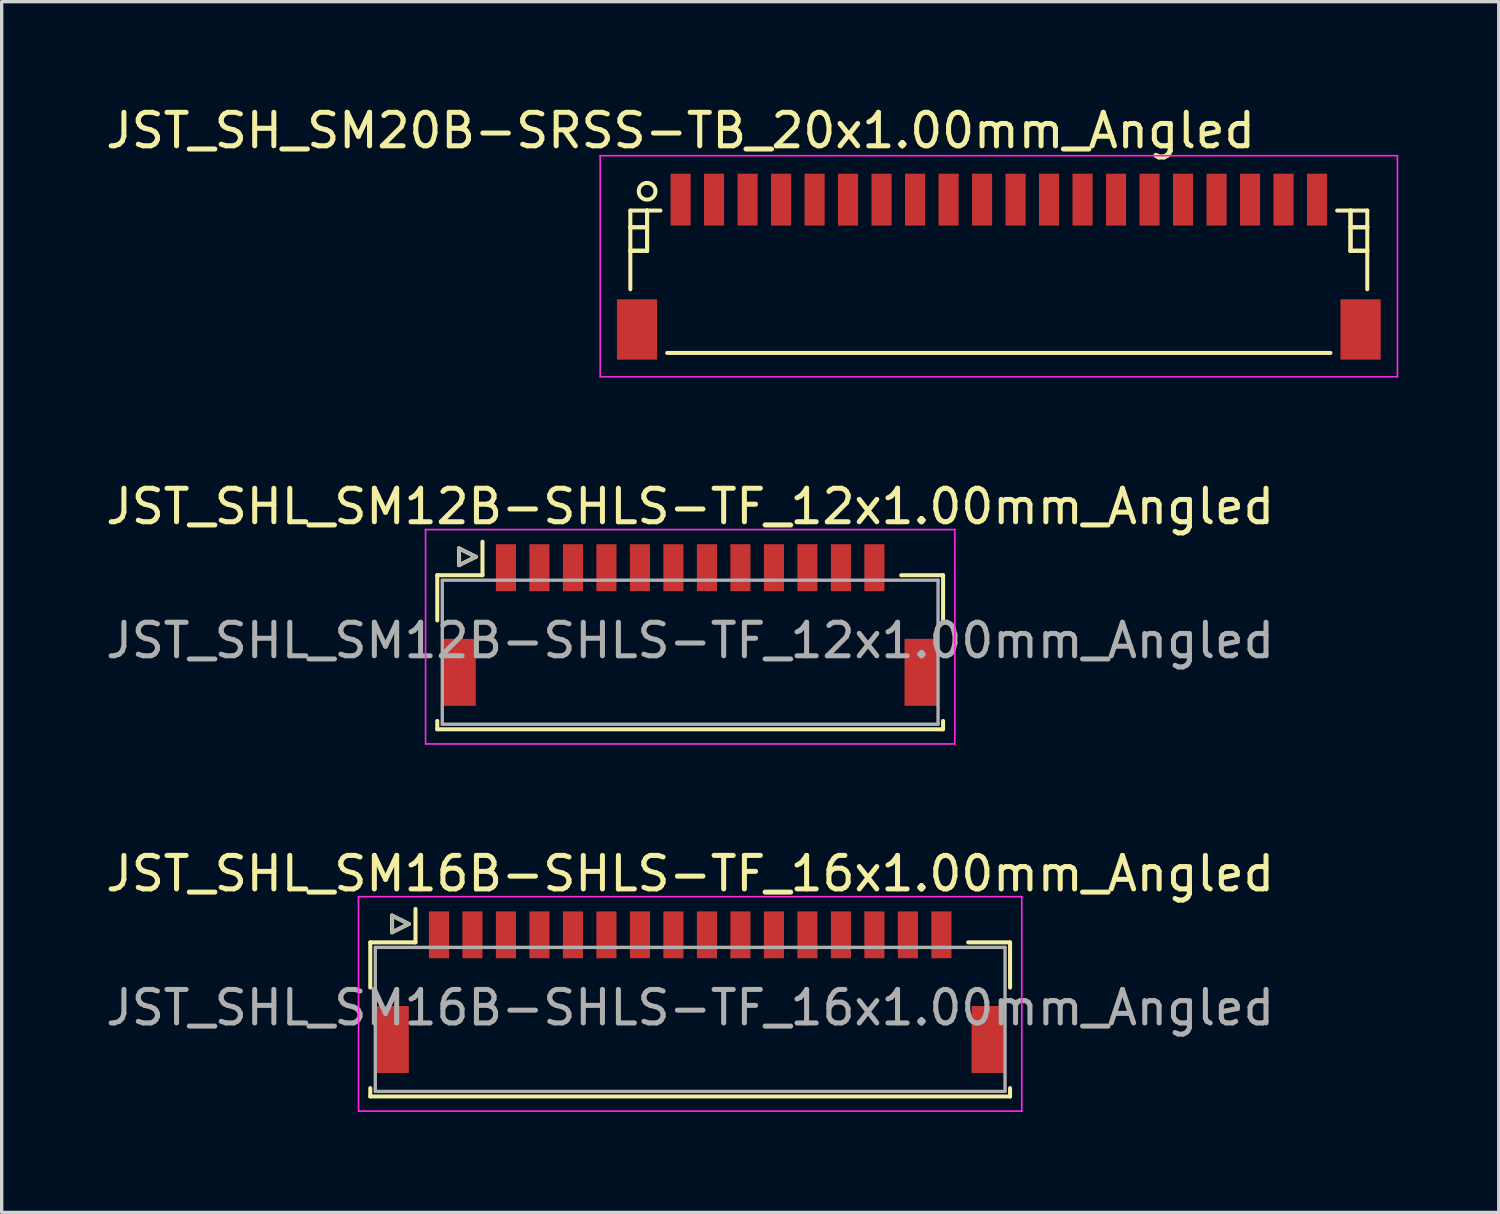
<source format=kicad_pcb>
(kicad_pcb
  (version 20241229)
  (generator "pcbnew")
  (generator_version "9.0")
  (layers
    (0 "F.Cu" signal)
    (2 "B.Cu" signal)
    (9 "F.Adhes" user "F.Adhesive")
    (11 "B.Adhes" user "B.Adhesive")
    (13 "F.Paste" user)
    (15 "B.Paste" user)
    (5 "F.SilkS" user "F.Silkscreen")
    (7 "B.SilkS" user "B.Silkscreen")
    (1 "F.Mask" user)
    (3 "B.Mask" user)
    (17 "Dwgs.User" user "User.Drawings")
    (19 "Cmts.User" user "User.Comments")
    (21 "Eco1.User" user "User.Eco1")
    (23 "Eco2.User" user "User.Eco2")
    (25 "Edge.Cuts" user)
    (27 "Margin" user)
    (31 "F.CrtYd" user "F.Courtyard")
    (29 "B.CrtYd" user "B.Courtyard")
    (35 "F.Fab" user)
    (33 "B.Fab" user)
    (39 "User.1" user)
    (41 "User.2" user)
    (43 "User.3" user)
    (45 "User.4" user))
  (footprint "JST_SHL_SM16B-SHLS-TF_16x1.00mm_Angled"
    (layer "F.Cu")
    (at 17.554 26.42)
    (property "Reference" "JST_SHL_SM16B-SHLS-TF_16x1.00mm_Angled" (at 0 -3.388 0) (layer "F.SilkS") (effects (font (size 1 1) (thickness 0.15))))
    (attr smd)
    (fp_line (start -9.55 -1.337) (end -8.2 -1.337) (stroke (width 0.12) (type solid)) (layer "F.SilkS"))
    (fp_line (start -9.55 0.013) (end -9.55 -1.337) (stroke (width 0.12) (type solid)) (layer "F.SilkS"))
    (fp_line (start -9.55 3.013) (end -9.55 3.263) (stroke (width 0.12) (type solid)) (layer "F.SilkS"))
    (fp_line (start -9.55 3.263) (end 9.55 3.263) (stroke (width 0.12) (type solid)) (layer "F.SilkS"))
    (fp_line (start -8.9 -2.138) (end -8.9 -1.637) (stroke (width 0.12) (type solid)) (layer "F.SilkS"))
    (fp_line (start -8.9 -1.637) (end -8.4 -1.887) (stroke (width 0.12) (type solid)) (layer "F.SilkS"))
    (fp_line (start -8.4 -1.887) (end -8.9 -2.138) (stroke (width 0.12) (type solid)) (layer "F.SilkS"))
    (fp_line (start -8.2 -1.337) (end -8.2 -2.337) (stroke (width 0.12) (type solid)) (layer "F.SilkS"))
    (fp_line (start 9.55 -1.337) (end 8.3 -1.337) (stroke (width 0.12) (type solid)) (layer "F.SilkS"))
    (fp_line (start 9.55 0.013) (end 9.55 -1.337) (stroke (width 0.12) (type solid)) (layer "F.SilkS"))
    (fp_line (start 9.55 3.263) (end 9.55 3.013) (stroke (width 0.12) (type solid)) (layer "F.SilkS"))
    (fp_line (start -9.9 -2.7) (end -9.9 3.7) (stroke (width 0.05) (type solid)) (layer "F.CrtYd"))
    (fp_line (start -9.9 3.7) (end 9.9 3.7) (stroke (width 0.05) (type solid)) (layer "F.CrtYd"))
    (fp_line (start 9.9 -2.7) (end -9.9 -2.7) (stroke (width 0.05) (type solid)) (layer "F.CrtYd"))
    (fp_line (start 9.9 3.7) (end 9.9 -2.7) (stroke (width 0.05) (type solid)) (layer "F.CrtYd"))
    (fp_line (start -9.4 -1.188) (end -9.4 3.112) (stroke (width 0.1) (type solid)) (layer "F.Fab"))
    (fp_line (start -9.4 3.112) (end 9.4 3.112) (stroke (width 0.1) (type solid)) (layer "F.Fab"))
    (fp_line (start -8.9 -2.138) (end -8.9 -1.637) (stroke (width 0.1) (type solid)) (layer "F.Fab"))
    (fp_line (start -8.9 -1.637) (end -8.4 -1.887) (stroke (width 0.1) (type solid)) (layer "F.Fab"))
    (fp_line (start -8.4 -1.887) (end -8.9 -2.138) (stroke (width 0.1) (type solid)) (layer "F.Fab"))
    (fp_line (start 9.4 -1.188) (end -9.4 -1.188) (stroke (width 0.1) (type solid)) (layer "F.Fab"))
    (fp_line (start 9.4 3.112) (end 9.4 -1.188) (stroke (width 0.1) (type solid)) (layer "F.Fab"))
    (fp_text user "${REFERENCE}" (at 0 0.613 0) (layer "F.Fab") (effects (font (size 1 1) (thickness 0.15))))
    (pad "" smd rect (at -8.9 1.562) (size 1 2) (layers "F.Cu" "F.Mask" "F.Paste"))
    (pad "" smd rect (at 8.9 1.562) (size 1 2) (layers "F.Cu" "F.Mask" "F.Paste"))
    (pad "1" smd rect (at -7.5 -1.562) (size 0.6 1.4) (layers "F.Cu" "F.Mask" "F.Paste"))
    (pad "2" smd rect (at -6.5 -1.562) (size 0.6 1.4) (layers "F.Cu" "F.Mask" "F.Paste"))
    (pad "3" smd rect (at -5.5 -1.562) (size 0.6 1.4) (layers "F.Cu" "F.Mask" "F.Paste"))
    (pad "4" smd rect (at -4.5 -1.562) (size 0.6 1.4) (layers "F.Cu" "F.Mask" "F.Paste"))
    (pad "5" smd rect (at -3.5 -1.562) (size 0.6 1.4) (layers "F.Cu" "F.Mask" "F.Paste"))
    (pad "6" smd rect (at -2.5 -1.562) (size 0.6 1.4) (layers "F.Cu" "F.Mask" "F.Paste"))
    (pad "7" smd rect (at -1.5 -1.562) (size 0.6 1.4) (layers "F.Cu" "F.Mask" "F.Paste"))
    (pad "8" smd rect (at -0.5 -1.562) (size 0.6 1.4) (layers "F.Cu" "F.Mask" "F.Paste"))
    (pad "9" smd rect (at 0.5 -1.562) (size 0.6 1.4) (layers "F.Cu" "F.Mask" "F.Paste"))
    (pad "10" smd rect (at 1.5 -1.562) (size 0.6 1.4) (layers "F.Cu" "F.Mask" "F.Paste"))
    (pad "11" smd rect (at 2.5 -1.562) (size 0.6 1.4) (layers "F.Cu" "F.Mask" "F.Paste"))
    (pad "12" smd rect (at 3.5 -1.562) (size 0.6 1.4) (layers "F.Cu" "F.Mask" "F.Paste"))
    (pad "13" smd rect (at 4.5 -1.562) (size 0.6 1.4) (layers "F.Cu" "F.Mask" "F.Paste"))
    (pad "14" smd rect (at 5.5 -1.562) (size 0.6 1.4) (layers "F.Cu" "F.Mask" "F.Paste"))
    (pad "15" smd rect (at 6.5 -1.562) (size 0.6 1.4) (layers "F.Cu" "F.Mask" "F.Paste"))
    (pad "16" smd rect (at 7.5 -1.562) (size 0.6 1.4) (layers "F.Cu" "F.Mask" "F.Paste")))
  (footprint "JST_SH_SM20B-SRSS-TB_20x1.00mm_Angled"
    (layer "F.Cu")
    (at 26.768 4.848)
    (property "Reference" "JST_SH_SM20B-SRSS-TB_20x1.00mm_Angled" (at -9.5 -4 0) (layer "F.SilkS") (effects (font (size 1 1) (thickness 0.15))))
    (attr smd)
    (fp_line (start -11 -1.613) (end -10.1 -1.613) (stroke (width 0.12) (type solid)) (layer "F.SilkS"))
    (fp_line (start -11 -1.113) (end -11 -1.113) (stroke (width 0.12) (type solid)) (layer "F.SilkS"))
    (fp_line (start -11 -1.113) (end -10.5 -1.113) (stroke (width 0.12) (type solid)) (layer "F.SilkS"))
    (fp_line (start -11 -0.412) (end -11 -0.412) (stroke (width 0.12) (type solid)) (layer "F.SilkS"))
    (fp_line (start -11 -0.412) (end -10.5 -0.412) (stroke (width 0.12) (type solid)) (layer "F.SilkS"))
    (fp_line (start -11 0.738) (end -11 -1.613) (stroke (width 0.12) (type solid)) (layer "F.SilkS"))
    (fp_line (start -10.5 -1.613) (end -10.5 -1.613) (stroke (width 0.12) (type solid)) (layer "F.SilkS"))
    (fp_line (start -10.5 -1.613) (end -10.5 -0.412) (stroke (width 0.12) (type solid)) (layer "F.SilkS"))
    (fp_line (start -10.5 -1.113) (end -11 -1.113) (stroke (width 0.12) (type solid)) (layer "F.SilkS"))
    (fp_line (start -10.5 -1.113) (end -10.5 -1.113) (stroke (width 0.12) (type solid)) (layer "F.SilkS"))
    (fp_line (start -10.5 -0.412) (end -11 -0.412) (stroke (width 0.12) (type solid)) (layer "F.SilkS"))
    (fp_line (start -10.5 -0.412) (end -10.5 -1.613) (stroke (width 0.12) (type solid)) (layer "F.SilkS"))
    (fp_line (start -10.5 -0.412) (end -10.5 -0.412) (stroke (width 0.12) (type solid)) (layer "F.SilkS"))
    (fp_line (start -10.5 -0.412) (end -10.5 -0.412) (stroke (width 0.12) (type solid)) (layer "F.SilkS"))
    (fp_line (start -9.9 2.638) (end 9.9 2.638) (stroke (width 0.12) (type solid)) (layer "F.SilkS"))
    (fp_line (start 10.5 -1.613) (end 10.5 -1.613) (stroke (width 0.12) (type solid)) (layer "F.SilkS"))
    (fp_line (start 10.5 -1.613) (end 10.5 -0.412) (stroke (width 0.12) (type solid)) (layer "F.SilkS"))
    (fp_line (start 10.5 -1.113) (end 10.5 -1.113) (stroke (width 0.12) (type solid)) (layer "F.SilkS"))
    (fp_line (start 10.5 -1.113) (end 11 -1.113) (stroke (width 0.12) (type solid)) (layer "F.SilkS"))
    (fp_line (start 10.5 -0.412) (end 10.5 -1.613) (stroke (width 0.12) (type solid)) (layer "F.SilkS"))
    (fp_line (start 10.5 -0.412) (end 10.5 -0.412) (stroke (width 0.12) (type solid)) (layer "F.SilkS"))
    (fp_line (start 10.5 -0.412) (end 10.5 -0.412) (stroke (width 0.12) (type solid)) (layer "F.SilkS"))
    (fp_line (start 10.5 -0.412) (end 11 -0.412) (stroke (width 0.12) (type solid)) (layer "F.SilkS"))
    (fp_line (start 11 -1.613) (end 10.1 -1.613) (stroke (width 0.12) (type solid)) (layer "F.SilkS"))
    (fp_line (start 11 -1.113) (end 10.5 -1.113) (stroke (width 0.12) (type solid)) (layer "F.SilkS"))
    (fp_line (start 11 -1.113) (end 11 -1.113) (stroke (width 0.12) (type solid)) (layer "F.SilkS"))
    (fp_line (start 11 -0.412) (end 10.5 -0.412) (stroke (width 0.12) (type solid)) (layer "F.SilkS"))
    (fp_line (start 11 -0.412) (end 11 -0.412) (stroke (width 0.12) (type solid)) (layer "F.SilkS"))
    (fp_line (start 11 0.738) (end 11 -1.613) (stroke (width 0.12) (type solid)) (layer "F.SilkS"))
    (fp_circle (center -10.5 -2.188) (end -10.25 -2.188) (stroke (width 0.12) (type solid)) (fill no) (layer "F.SilkS"))
    (fp_line (start -11.9 -3.25) (end 11.9 -3.25) (stroke (width 0.05) (type solid)) (layer "F.CrtYd"))
    (fp_line (start -11.9 3.35) (end -11.9 -3.25) (stroke (width 0.05) (type solid)) (layer "F.CrtYd"))
    (fp_line (start 11.9 -3.25) (end 11.9 3.35) (stroke (width 0.05) (type solid)) (layer "F.CrtYd"))
    (fp_line (start 11.9 3.35) (end -11.9 3.35) (stroke (width 0.05) (type solid)) (layer "F.CrtYd"))
    (pad "" smd rect (at -10.8 1.938) (size 1.2 1.8) (layers "F.Cu" "F.Mask" "F.Paste"))
    (pad "" smd rect (at 10.8 1.938) (size 1.2 1.8) (layers "F.Cu" "F.Mask" "F.Paste"))
    (pad "1" smd rect (at -9.5 -1.938) (size 0.6 1.55) (layers "F.Cu" "F.Mask" "F.Paste"))
    (pad "2" smd rect (at -8.5 -1.938) (size 0.6 1.55) (layers "F.Cu" "F.Mask" "F.Paste"))
    (pad "3" smd rect (at -7.5 -1.938) (size 0.6 1.55) (layers "F.Cu" "F.Mask" "F.Paste"))
    (pad "4" smd rect (at -6.5 -1.938) (size 0.6 1.55) (layers "F.Cu" "F.Mask" "F.Paste"))
    (pad "5" smd rect (at -5.5 -1.938) (size 0.6 1.55) (layers "F.Cu" "F.Mask" "F.Paste"))
    (pad "6" smd rect (at -4.5 -1.938) (size 0.6 1.55) (layers "F.Cu" "F.Mask" "F.Paste"))
    (pad "7" smd rect (at -3.5 -1.938) (size 0.6 1.55) (layers "F.Cu" "F.Mask" "F.Paste"))
    (pad "8" smd rect (at -2.5 -1.938) (size 0.6 1.55) (layers "F.Cu" "F.Mask" "F.Paste"))
    (pad "9" smd rect (at -1.5 -1.938) (size 0.6 1.55) (layers "F.Cu" "F.Mask" "F.Paste"))
    (pad "10" smd rect (at -0.5 -1.938) (size 0.6 1.55) (layers "F.Cu" "F.Mask" "F.Paste"))
    (pad "11" smd rect (at 0.5 -1.938) (size 0.6 1.55) (layers "F.Cu" "F.Mask" "F.Paste"))
    (pad "12" smd rect (at 1.5 -1.938) (size 0.6 1.55) (layers "F.Cu" "F.Mask" "F.Paste"))
    (pad "13" smd rect (at 2.5 -1.938) (size 0.6 1.55) (layers "F.Cu" "F.Mask" "F.Paste"))
    (pad "14" smd rect (at 3.5 -1.938) (size 0.6 1.55) (layers "F.Cu" "F.Mask" "F.Paste"))
    (pad "15" smd rect (at 4.5 -1.938) (size 0.6 1.55) (layers "F.Cu" "F.Mask" "F.Paste"))
    (pad "16" smd rect (at 5.5 -1.938) (size 0.6 1.55) (layers "F.Cu" "F.Mask" "F.Paste"))
    (pad "17" smd rect (at 6.5 -1.938) (size 0.6 1.55) (layers "F.Cu" "F.Mask" "F.Paste"))
    (pad "18" smd rect (at 7.5 -1.938) (size 0.6 1.55) (layers "F.Cu" "F.Mask" "F.Paste"))
    (pad "19" smd rect (at 8.5 -1.938) (size 0.6 1.55) (layers "F.Cu" "F.Mask" "F.Paste"))
    (pad "20" smd rect (at 9.5 -1.938) (size 0.6 1.55) (layers "F.Cu" "F.Mask" "F.Paste")))
  (footprint "JST_SHL_SM12B-SHLS-TF_12x1.00mm_Angled"
    (layer "F.Cu")
    (at 17.554 15.459)
    (property "Reference" "JST_SHL_SM12B-SHLS-TF_12x1.00mm_Angled" (at 0 -3.388 0) (layer "F.SilkS") (effects (font (size 1 1) (thickness 0.15))))
    (attr smd)
    (fp_line (start -7.55 -1.337) (end -6.2 -1.337) (stroke (width 0.12) (type solid)) (layer "F.SilkS"))
    (fp_line (start -7.55 0.013) (end -7.55 -1.337) (stroke (width 0.12) (type solid)) (layer "F.SilkS"))
    (fp_line (start -7.55 3.013) (end -7.55 3.263) (stroke (width 0.12) (type solid)) (layer "F.SilkS"))
    (fp_line (start -7.55 3.263) (end 7.55 3.263) (stroke (width 0.12) (type solid)) (layer "F.SilkS"))
    (fp_line (start -6.9 -2.138) (end -6.9 -1.637) (stroke (width 0.12) (type solid)) (layer "F.SilkS"))
    (fp_line (start -6.9 -1.637) (end -6.4 -1.887) (stroke (width 0.12) (type solid)) (layer "F.SilkS"))
    (fp_line (start -6.4 -1.887) (end -6.9 -2.138) (stroke (width 0.12) (type solid)) (layer "F.SilkS"))
    (fp_line (start -6.2 -1.337) (end -6.2 -2.337) (stroke (width 0.12) (type solid)) (layer "F.SilkS"))
    (fp_line (start 7.55 -1.337) (end 6.3 -1.337) (stroke (width 0.12) (type solid)) (layer "F.SilkS"))
    (fp_line (start 7.55 0.013) (end 7.55 -1.337) (stroke (width 0.12) (type solid)) (layer "F.SilkS"))
    (fp_line (start 7.55 3.263) (end 7.55 3.013) (stroke (width 0.12) (type solid)) (layer "F.SilkS"))
    (fp_line (start -7.9 -2.7) (end -7.9 3.7) (stroke (width 0.05) (type solid)) (layer "F.CrtYd"))
    (fp_line (start -7.9 3.7) (end 7.9 3.7) (stroke (width 0.05) (type solid)) (layer "F.CrtYd"))
    (fp_line (start 7.9 -2.7) (end -7.9 -2.7) (stroke (width 0.05) (type solid)) (layer "F.CrtYd"))
    (fp_line (start 7.9 3.7) (end 7.9 -2.7) (stroke (width 0.05) (type solid)) (layer "F.CrtYd"))
    (fp_line (start -7.4 -1.188) (end -7.4 3.112) (stroke (width 0.1) (type solid)) (layer "F.Fab"))
    (fp_line (start -7.4 3.112) (end 7.4 3.112) (stroke (width 0.1) (type solid)) (layer "F.Fab"))
    (fp_line (start -6.9 -2.138) (end -6.9 -1.637) (stroke (width 0.1) (type solid)) (layer "F.Fab"))
    (fp_line (start -6.9 -1.637) (end -6.4 -1.887) (stroke (width 0.1) (type solid)) (layer "F.Fab"))
    (fp_line (start -6.4 -1.887) (end -6.9 -2.138) (stroke (width 0.1) (type solid)) (layer "F.Fab"))
    (fp_line (start 7.4 -1.188) (end -7.4 -1.188) (stroke (width 0.1) (type solid)) (layer "F.Fab"))
    (fp_line (start 7.4 3.112) (end 7.4 -1.188) (stroke (width 0.1) (type solid)) (layer "F.Fab"))
    (fp_text user "${REFERENCE}" (at 0 0.613 0) (layer "F.Fab") (effects (font (size 1 1) (thickness 0.15))))
    (pad "" smd rect (at -6.9 1.562) (size 1 2) (layers "F.Cu" "F.Mask" "F.Paste"))
    (pad "" smd rect (at 6.9 1.562) (size 1 2) (layers "F.Cu" "F.Mask" "F.Paste"))
    (pad "1" smd rect (at -5.5 -1.562) (size 0.6 1.4) (layers "F.Cu" "F.Mask" "F.Paste"))
    (pad "2" smd rect (at -4.5 -1.562) (size 0.6 1.4) (layers "F.Cu" "F.Mask" "F.Paste"))
    (pad "3" smd rect (at -3.5 -1.562) (size 0.6 1.4) (layers "F.Cu" "F.Mask" "F.Paste"))
    (pad "4" smd rect (at -2.5 -1.562) (size 0.6 1.4) (layers "F.Cu" "F.Mask" "F.Paste"))
    (pad "5" smd rect (at -1.5 -1.562) (size 0.6 1.4) (layers "F.Cu" "F.Mask" "F.Paste"))
    (pad "6" smd rect (at -0.5 -1.562) (size 0.6 1.4) (layers "F.Cu" "F.Mask" "F.Paste"))
    (pad "7" smd rect (at 0.5 -1.562) (size 0.6 1.4) (layers "F.Cu" "F.Mask" "F.Paste"))
    (pad "8" smd rect (at 1.5 -1.562) (size 0.6 1.4) (layers "F.Cu" "F.Mask" "F.Paste"))
    (pad "9" smd rect (at 2.5 -1.562) (size 0.6 1.4) (layers "F.Cu" "F.Mask" "F.Paste"))
    (pad "10" smd rect (at 3.5 -1.562) (size 0.6 1.4) (layers "F.Cu" "F.Mask" "F.Paste"))
    (pad "11" smd rect (at 4.5 -1.562) (size 0.6 1.4) (layers "F.Cu" "F.Mask" "F.Paste"))
    (pad "12" smd rect (at 5.5 -1.562) (size 0.6 1.4) (layers "F.Cu" "F.Mask" "F.Paste")))
  (gr_rect
    (start -3 -3)
    (end 41.693 33.145)
    (stroke (width 0.1) (type default))
    (fill no)
    (layer "Edge.Cuts")))
</source>
